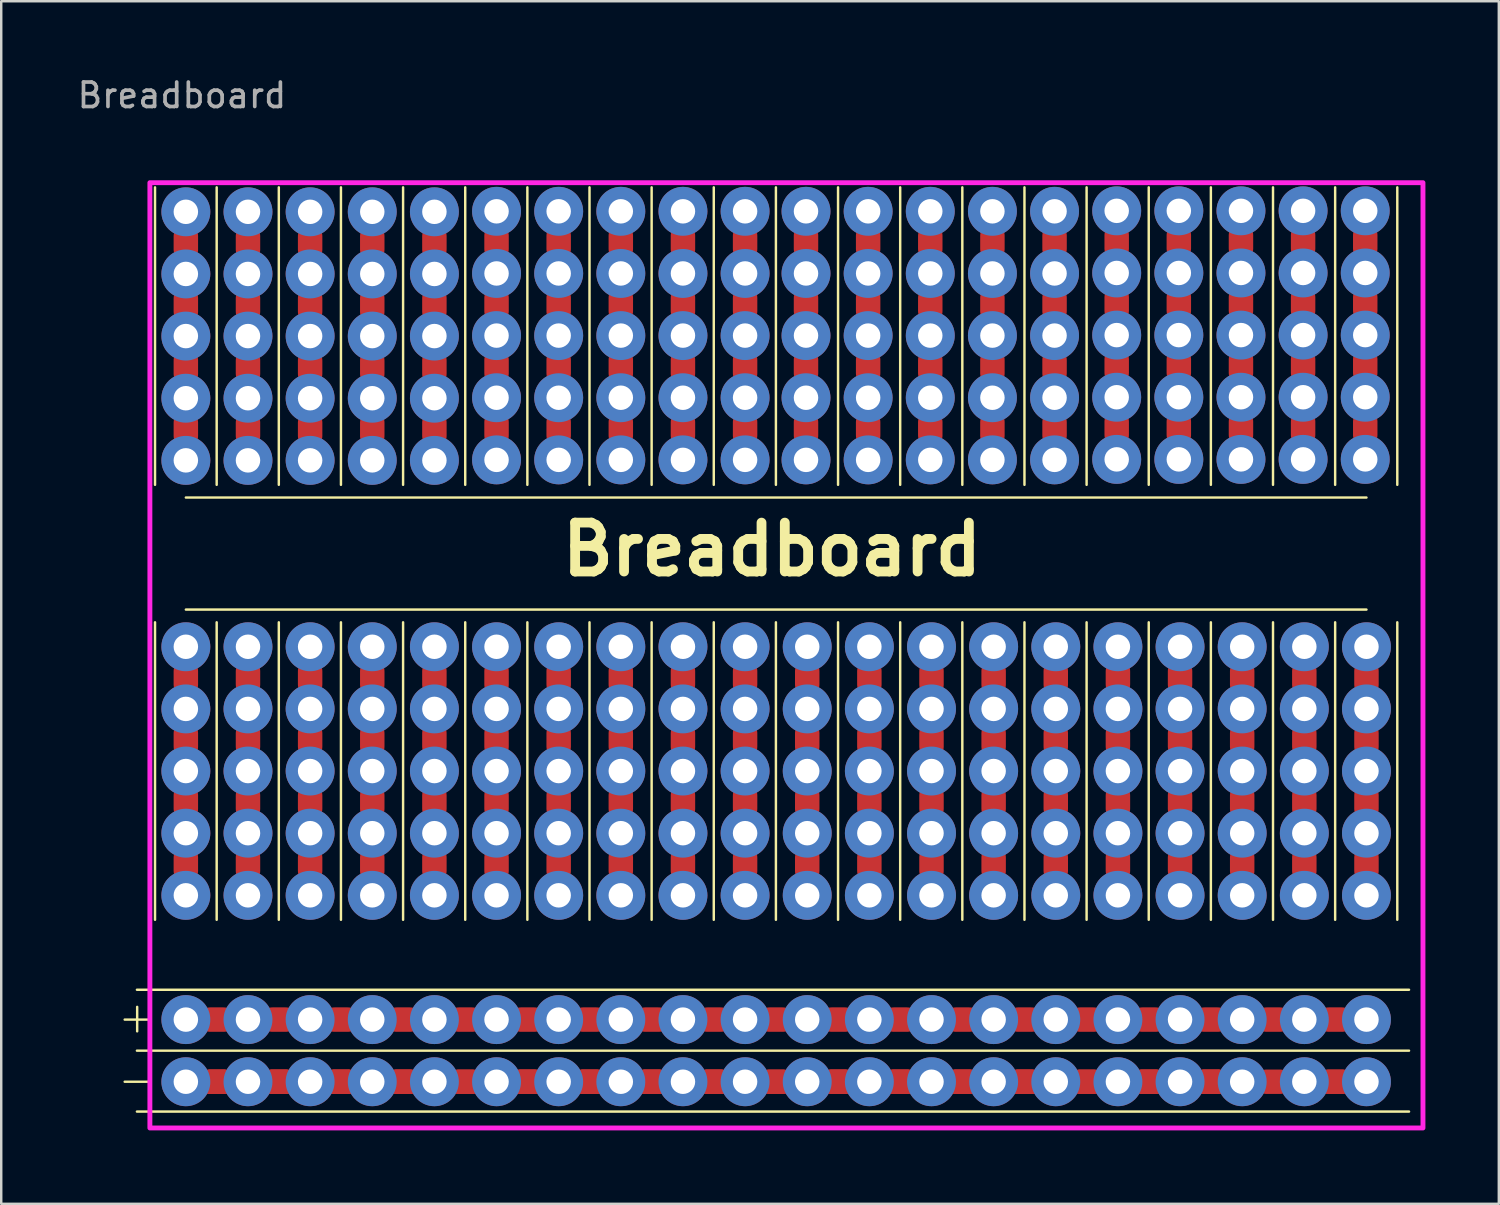
<source format=kicad_pcb>
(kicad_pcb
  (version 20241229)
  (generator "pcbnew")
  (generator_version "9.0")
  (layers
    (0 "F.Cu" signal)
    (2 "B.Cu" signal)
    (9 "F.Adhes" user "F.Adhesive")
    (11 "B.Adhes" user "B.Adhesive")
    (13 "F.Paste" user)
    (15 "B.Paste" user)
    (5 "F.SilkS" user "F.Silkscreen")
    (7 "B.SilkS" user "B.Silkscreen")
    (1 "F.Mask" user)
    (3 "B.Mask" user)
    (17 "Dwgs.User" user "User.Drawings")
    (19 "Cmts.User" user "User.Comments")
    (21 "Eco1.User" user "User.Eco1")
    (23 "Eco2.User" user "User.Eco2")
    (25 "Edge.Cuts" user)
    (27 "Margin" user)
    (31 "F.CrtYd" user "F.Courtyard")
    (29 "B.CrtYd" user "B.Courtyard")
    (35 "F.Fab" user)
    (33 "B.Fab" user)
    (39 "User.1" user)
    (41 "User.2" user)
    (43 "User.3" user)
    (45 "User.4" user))
  (footprint "Breadboard"
    (layer "F.Cu")
    (at 4.547 10.688)
    (property "Reference" "Breadboard" (at 23.96 8.72 0) (unlocked yes) (layer "F.SilkS") (effects (font (size 2 2) (thickness 0.4) (bold yes))))
    (attr through_hole)
    (fp_line (start 0 -4.08) (end 0 -3.54) (stroke (width 1) (type solid)) (layer "F.Cu"))
    (fp_line (start 0 -1.54) (end 0 -1) (stroke (width 1) (type solid)) (layer "F.Cu"))
    (fp_line (start 0 1) (end 0 1.54) (stroke (width 1) (type solid)) (layer "F.Cu"))
    (fp_line (start 0 3.54) (end 0 4.08) (stroke (width 1) (type solid)) (layer "F.Cu"))
    (fp_line (start 0 13.7) (end 0 14.24) (stroke (width 1) (type solid)) (layer "F.Cu"))
    (fp_line (start 0 16.24) (end 0 16.78) (stroke (width 1) (type solid)) (layer "F.Cu"))
    (fp_line (start 0 18.78) (end 0 19.32) (stroke (width 1) (type solid)) (layer "F.Cu"))
    (fp_line (start 0 21.32) (end 0 21.86) (stroke (width 1) (type solid)) (layer "F.Cu"))
    (fp_line (start 1 27.94) (end 1.54 27.94) (stroke (width 1) (type solid)) (layer "F.Cu"))
    (fp_line (start 1 30.48) (end 1.54 30.48) (stroke (width 1) (type solid)) (layer "F.Cu"))
    (fp_line (start 1 30.48) (end 1.54 30.48) (stroke (width 1) (type solid)) (layer "F.Cu"))
    (fp_line (start 1 30.48) (end 1.54 30.48) (stroke (width 1) (type solid)) (layer "F.Cu"))
    (fp_line (start 2.54 -4.08) (end 2.54 -3.54) (stroke (width 1) (type solid)) (layer "F.Cu"))
    (fp_line (start 2.54 -1.54) (end 2.54 -1) (stroke (width 1) (type solid)) (layer "F.Cu"))
    (fp_line (start 2.54 1) (end 2.54 1.54) (stroke (width 1) (type solid)) (layer "F.Cu"))
    (fp_line (start 2.54 3.54) (end 2.54 4.08) (stroke (width 1) (type solid)) (layer "F.Cu"))
    (fp_line (start 2.54 13.7) (end 2.54 14.24) (stroke (width 1) (type solid)) (layer "F.Cu"))
    (fp_line (start 2.54 16.24) (end 2.54 16.78) (stroke (width 1) (type solid)) (layer "F.Cu"))
    (fp_line (start 2.54 18.78) (end 2.54 19.32) (stroke (width 1) (type solid)) (layer "F.Cu"))
    (fp_line (start 2.54 21.32) (end 2.54 21.86) (stroke (width 1) (type solid)) (layer "F.Cu"))
    (fp_line (start 3.54 27.94) (end 4.08 27.94) (stroke (width 1) (type solid)) (layer "F.Cu"))
    (fp_line (start 3.54 30.48) (end 4.08 30.48) (stroke (width 1) (type solid)) (layer "F.Cu"))
    (fp_line (start 3.54 30.48) (end 4.08 30.48) (stroke (width 1) (type solid)) (layer "F.Cu"))
    (fp_line (start 3.54 30.48) (end 4.08 30.48) (stroke (width 1) (type solid)) (layer "F.Cu"))
    (fp_line (start 5.08 -4.08) (end 5.08 -3.54) (stroke (width 1) (type solid)) (layer "F.Cu"))
    (fp_line (start 5.08 -1.54) (end 5.08 -1) (stroke (width 1) (type solid)) (layer "F.Cu"))
    (fp_line (start 5.08 1) (end 5.08 1.54) (stroke (width 1) (type solid)) (layer "F.Cu"))
    (fp_line (start 5.08 3.54) (end 5.08 4.08) (stroke (width 1) (type solid)) (layer "F.Cu"))
    (fp_line (start 5.08 13.7) (end 5.08 14.24) (stroke (width 1) (type solid)) (layer "F.Cu"))
    (fp_line (start 5.08 16.24) (end 5.08 16.78) (stroke (width 1) (type solid)) (layer "F.Cu"))
    (fp_line (start 5.08 18.78) (end 5.08 19.32) (stroke (width 1) (type solid)) (layer "F.Cu"))
    (fp_line (start 5.08 21.32) (end 5.08 21.86) (stroke (width 1) (type solid)) (layer "F.Cu"))
    (fp_line (start 6.08 27.94) (end 6.62 27.94) (stroke (width 1) (type solid)) (layer "F.Cu"))
    (fp_line (start 6.08 30.48) (end 6.62 30.48) (stroke (width 1) (type solid)) (layer "F.Cu"))
    (fp_line (start 6.08 30.48) (end 6.62 30.48) (stroke (width 1) (type solid)) (layer "F.Cu"))
    (fp_line (start 6.08 30.48) (end 6.62 30.48) (stroke (width 1) (type solid)) (layer "F.Cu"))
    (fp_line (start 7.62 -4.08) (end 7.62 -3.54) (stroke (width 1) (type solid)) (layer "F.Cu"))
    (fp_line (start 7.62 -1.54) (end 7.62 -1) (stroke (width 1) (type solid)) (layer "F.Cu"))
    (fp_line (start 7.62 1) (end 7.62 1.54) (stroke (width 1) (type solid)) (layer "F.Cu"))
    (fp_line (start 7.62 3.54) (end 7.62 4.08) (stroke (width 1) (type solid)) (layer "F.Cu"))
    (fp_line (start 7.62 13.7) (end 7.62 14.24) (stroke (width 1) (type solid)) (layer "F.Cu"))
    (fp_line (start 7.62 16.24) (end 7.62 16.78) (stroke (width 1) (type solid)) (layer "F.Cu"))
    (fp_line (start 7.62 18.78) (end 7.62 19.32) (stroke (width 1) (type solid)) (layer "F.Cu"))
    (fp_line (start 7.62 21.32) (end 7.62 21.86) (stroke (width 1) (type solid)) (layer "F.Cu"))
    (fp_line (start 8.62 27.94) (end 9.16 27.94) (stroke (width 1) (type solid)) (layer "F.Cu"))
    (fp_line (start 8.62 30.48) (end 9.16 30.48) (stroke (width 1) (type solid)) (layer "F.Cu"))
    (fp_line (start 8.62 30.48) (end 9.16 30.48) (stroke (width 1) (type solid)) (layer "F.Cu"))
    (fp_line (start 8.62 30.48) (end 9.16 30.48) (stroke (width 1) (type solid)) (layer "F.Cu"))
    (fp_line (start 10.16 -4.08) (end 10.16 -3.54) (stroke (width 1) (type solid)) (layer "F.Cu"))
    (fp_line (start 10.16 -1.54) (end 10.16 -1) (stroke (width 1) (type solid)) (layer "F.Cu"))
    (fp_line (start 10.16 1) (end 10.16 1.54) (stroke (width 1) (type solid)) (layer "F.Cu"))
    (fp_line (start 10.16 3.54) (end 10.16 4.08) (stroke (width 1) (type solid)) (layer "F.Cu"))
    (fp_line (start 10.16 13.7) (end 10.16 14.24) (stroke (width 1) (type solid)) (layer "F.Cu"))
    (fp_line (start 10.16 16.24) (end 10.16 16.78) (stroke (width 1) (type solid)) (layer "F.Cu"))
    (fp_line (start 10.16 18.78) (end 10.16 19.32) (stroke (width 1) (type solid)) (layer "F.Cu"))
    (fp_line (start 10.16 21.32) (end 10.16 21.86) (stroke (width 1) (type solid)) (layer "F.Cu"))
    (fp_line (start 11.16 27.94) (end 11.7 27.94) (stroke (width 1) (type solid)) (layer "F.Cu"))
    (fp_line (start 11.16 30.48) (end 11.7 30.48) (stroke (width 1) (type solid)) (layer "F.Cu"))
    (fp_line (start 11.16 30.48) (end 11.7 30.48) (stroke (width 1) (type solid)) (layer "F.Cu"))
    (fp_line (start 12.7 -4.1) (end 12.7 -3.56) (stroke (width 1) (type solid)) (layer "F.Cu"))
    (fp_line (start 12.7 -1.56) (end 12.7 -1.02) (stroke (width 1) (type solid)) (layer "F.Cu"))
    (fp_line (start 12.7 0.98) (end 12.7 1.52) (stroke (width 1) (type solid)) (layer "F.Cu"))
    (fp_line (start 12.7 3.52) (end 12.7 4.06) (stroke (width 1) (type solid)) (layer "F.Cu"))
    (fp_line (start 12.7 13.7) (end 12.7 14.24) (stroke (width 1) (type solid)) (layer "F.Cu"))
    (fp_line (start 12.7 16.24) (end 12.7 16.78) (stroke (width 1) (type solid)) (layer "F.Cu"))
    (fp_line (start 12.7 18.78) (end 12.7 19.32) (stroke (width 1) (type solid)) (layer "F.Cu"))
    (fp_line (start 12.7 21.32) (end 12.7 21.86) (stroke (width 1) (type solid)) (layer "F.Cu"))
    (fp_line (start 13.7 27.94) (end 14.24 27.94) (stroke (width 1) (type solid)) (layer "F.Cu"))
    (fp_line (start 13.7 30.48) (end 14.24 30.48) (stroke (width 1) (type solid)) (layer "F.Cu"))
    (fp_line (start 13.7 30.48) (end 14.24 30.48) (stroke (width 1) (type solid)) (layer "F.Cu"))
    (fp_line (start 13.7 30.48) (end 14.24 30.48) (stroke (width 1) (type solid)) (layer "F.Cu"))
    (fp_line (start 15.24 -4.1) (end 15.24 -3.56) (stroke (width 1) (type solid)) (layer "F.Cu"))
    (fp_line (start 15.24 -1.56) (end 15.24 -1.02) (stroke (width 1) (type solid)) (layer "F.Cu"))
    (fp_line (start 15.24 0.98) (end 15.24 1.52) (stroke (width 1) (type solid)) (layer "F.Cu"))
    (fp_line (start 15.24 3.52) (end 15.24 4.06) (stroke (width 1) (type solid)) (layer "F.Cu"))
    (fp_line (start 15.24 13.7) (end 15.24 14.24) (stroke (width 1) (type solid)) (layer "F.Cu"))
    (fp_line (start 15.24 16.24) (end 15.24 16.78) (stroke (width 1) (type solid)) (layer "F.Cu"))
    (fp_line (start 15.24 18.78) (end 15.24 19.32) (stroke (width 1) (type solid)) (layer "F.Cu"))
    (fp_line (start 15.24 21.32) (end 15.24 21.86) (stroke (width 1) (type solid)) (layer "F.Cu"))
    (fp_line (start 16.24 27.94) (end 16.78 27.94) (stroke (width 1) (type solid)) (layer "F.Cu"))
    (fp_line (start 16.24 30.48) (end 16.78 30.48) (stroke (width 1) (type solid)) (layer "F.Cu"))
    (fp_line (start 16.24 30.48) (end 16.78 30.48) (stroke (width 1) (type solid)) (layer "F.Cu"))
    (fp_line (start 16.24 30.48) (end 16.78 30.48) (stroke (width 1) (type solid)) (layer "F.Cu"))
    (fp_line (start 17.78 -4.1) (end 17.78 -3.56) (stroke (width 1) (type solid)) (layer "F.Cu"))
    (fp_line (start 17.78 -1.56) (end 17.78 -1.02) (stroke (width 1) (type solid)) (layer "F.Cu"))
    (fp_line (start 17.78 0.98) (end 17.78 1.52) (stroke (width 1) (type solid)) (layer "F.Cu"))
    (fp_line (start 17.78 3.52) (end 17.78 4.06) (stroke (width 1) (type solid)) (layer "F.Cu"))
    (fp_line (start 17.78 13.7) (end 17.78 14.24) (stroke (width 1) (type solid)) (layer "F.Cu"))
    (fp_line (start 17.78 16.24) (end 17.78 16.78) (stroke (width 1) (type solid)) (layer "F.Cu"))
    (fp_line (start 17.78 18.78) (end 17.78 19.32) (stroke (width 1) (type solid)) (layer "F.Cu"))
    (fp_line (start 17.78 21.32) (end 17.78 21.86) (stroke (width 1) (type solid)) (layer "F.Cu"))
    (fp_line (start 18.78 27.94) (end 19.32 27.94) (stroke (width 1) (type solid)) (layer "F.Cu"))
    (fp_line (start 18.78 30.48) (end 19.32 30.48) (stroke (width 1) (type solid)) (layer "F.Cu"))
    (fp_line (start 18.78 30.48) (end 19.32 30.48) (stroke (width 1) (type solid)) (layer "F.Cu"))
    (fp_line (start 18.78 30.48) (end 19.32 30.48) (stroke (width 1) (type solid)) (layer "F.Cu"))
    (fp_line (start 20.32 -4.1) (end 20.32 -3.56) (stroke (width 1) (type solid)) (layer "F.Cu"))
    (fp_line (start 20.32 -1.56) (end 20.32 -1.02) (stroke (width 1) (type solid)) (layer "F.Cu"))
    (fp_line (start 20.32 0.98) (end 20.32 1.52) (stroke (width 1) (type solid)) (layer "F.Cu"))
    (fp_line (start 20.32 3.52) (end 20.32 4.06) (stroke (width 1) (type solid)) (layer "F.Cu"))
    (fp_line (start 20.32 13.7) (end 20.32 14.24) (stroke (width 1) (type solid)) (layer "F.Cu"))
    (fp_line (start 20.32 16.24) (end 20.32 16.78) (stroke (width 1) (type solid)) (layer "F.Cu"))
    (fp_line (start 20.32 18.78) (end 20.32 19.32) (stroke (width 1) (type solid)) (layer "F.Cu"))
    (fp_line (start 20.32 21.32) (end 20.32 21.86) (stroke (width 1) (type solid)) (layer "F.Cu"))
    (fp_line (start 21.32 27.94) (end 21.86 27.94) (stroke (width 1) (type solid)) (layer "F.Cu"))
    (fp_line (start 21.32 30.48) (end 21.86 30.48) (stroke (width 1) (type solid)) (layer "F.Cu"))
    (fp_line (start 21.32 30.48) (end 21.86 30.48) (stroke (width 1) (type solid)) (layer "F.Cu"))
    (fp_line (start 21.32 30.48) (end 21.86 30.48) (stroke (width 1) (type solid)) (layer "F.Cu"))
    (fp_line (start 22.86 -4.1) (end 22.86 -3.56) (stroke (width 1) (type solid)) (layer "F.Cu"))
    (fp_line (start 22.86 -1.56) (end 22.86 -1.02) (stroke (width 1) (type solid)) (layer "F.Cu"))
    (fp_line (start 22.86 0.98) (end 22.86 1.52) (stroke (width 1) (type solid)) (layer "F.Cu"))
    (fp_line (start 22.86 3.52) (end 22.86 4.06) (stroke (width 1) (type solid)) (layer "F.Cu"))
    (fp_line (start 22.86 13.7) (end 22.86 14.24) (stroke (width 1) (type solid)) (layer "F.Cu"))
    (fp_line (start 22.86 16.24) (end 22.86 16.78) (stroke (width 1) (type solid)) (layer "F.Cu"))
    (fp_line (start 22.86 18.78) (end 22.86 19.32) (stroke (width 1) (type solid)) (layer "F.Cu"))
    (fp_line (start 22.86 21.32) (end 22.86 21.86) (stroke (width 1) (type solid)) (layer "F.Cu"))
    (fp_line (start 24.4 27.94) (end 23.86 27.94) (stroke (width 1) (type solid)) (layer "F.Cu"))
    (fp_line (start 24.4 30.48) (end 23.86 30.48) (stroke (width 1) (type solid)) (layer "F.Cu"))
    (fp_line (start 24.4 30.48) (end 23.86 30.48) (stroke (width 1) (type solid)) (layer "F.Cu"))
    (fp_line (start 25.35 -4.1) (end 25.35 -3.56) (stroke (width 1) (type solid)) (layer "F.Cu"))
    (fp_line (start 25.35 -1.56) (end 25.35 -1.02) (stroke (width 1) (type solid)) (layer "F.Cu"))
    (fp_line (start 25.35 0.98) (end 25.35 1.52) (stroke (width 1) (type solid)) (layer "F.Cu"))
    (fp_line (start 25.35 3.52) (end 25.35 4.06) (stroke (width 1) (type solid)) (layer "F.Cu"))
    (fp_line (start 25.4 13.7) (end 25.4 14.24) (stroke (width 1) (type solid)) (layer "F.Cu"))
    (fp_line (start 25.4 16.24) (end 25.4 16.78) (stroke (width 1) (type solid)) (layer "F.Cu"))
    (fp_line (start 25.4 18.78) (end 25.4 19.32) (stroke (width 1) (type solid)) (layer "F.Cu"))
    (fp_line (start 25.4 21.32) (end 25.4 21.86) (stroke (width 1) (type solid)) (layer "F.Cu"))
    (fp_line (start 26.4 27.94) (end 26.94 27.94) (stroke (width 1) (type solid)) (layer "F.Cu"))
    (fp_line (start 26.4 30.48) (end 26.94 30.48) (stroke (width 1) (type solid)) (layer "F.Cu"))
    (fp_line (start 26.4 30.48) (end 26.94 30.48) (stroke (width 1) (type solid)) (layer "F.Cu"))
    (fp_line (start 26.4 30.48) (end 26.94 30.48) (stroke (width 1) (type solid)) (layer "F.Cu"))
    (fp_line (start 27.89 -4.1) (end 27.89 -3.56) (stroke (width 1) (type solid)) (layer "F.Cu"))
    (fp_line (start 27.89 -1.56) (end 27.89 -1.02) (stroke (width 1) (type solid)) (layer "F.Cu"))
    (fp_line (start 27.89 0.98) (end 27.89 1.52) (stroke (width 1) (type solid)) (layer "F.Cu"))
    (fp_line (start 27.89 3.52) (end 27.89 4.06) (stroke (width 1) (type solid)) (layer "F.Cu"))
    (fp_line (start 27.94 13.7) (end 27.94 14.24) (stroke (width 1) (type solid)) (layer "F.Cu"))
    (fp_line (start 27.94 16.24) (end 27.94 16.78) (stroke (width 1) (type solid)) (layer "F.Cu"))
    (fp_line (start 27.94 18.78) (end 27.94 19.32) (stroke (width 1) (type solid)) (layer "F.Cu"))
    (fp_line (start 27.94 21.32) (end 27.94 21.86) (stroke (width 1) (type solid)) (layer "F.Cu"))
    (fp_line (start 28.94 27.94) (end 29.48 27.94) (stroke (width 1) (type solid)) (layer "F.Cu"))
    (fp_line (start 28.94 30.48) (end 29.48 30.48) (stroke (width 1) (type solid)) (layer "F.Cu"))
    (fp_line (start 28.94 30.48) (end 29.48 30.48) (stroke (width 1) (type solid)) (layer "F.Cu"))
    (fp_line (start 28.94 30.48) (end 29.48 30.48) (stroke (width 1) (type solid)) (layer "F.Cu"))
    (fp_line (start 30.43 -4.1) (end 30.43 -3.56) (stroke (width 1) (type solid)) (layer "F.Cu"))
    (fp_line (start 30.43 -1.56) (end 30.43 -1.02) (stroke (width 1) (type solid)) (layer "F.Cu"))
    (fp_line (start 30.43 0.98) (end 30.43 1.52) (stroke (width 1) (type solid)) (layer "F.Cu"))
    (fp_line (start 30.43 3.52) (end 30.43 4.06) (stroke (width 1) (type solid)) (layer "F.Cu"))
    (fp_line (start 30.48 13.7) (end 30.48 14.24) (stroke (width 1) (type solid)) (layer "F.Cu"))
    (fp_line (start 30.48 16.24) (end 30.48 16.78) (stroke (width 1) (type solid)) (layer "F.Cu"))
    (fp_line (start 30.48 18.78) (end 30.48 19.32) (stroke (width 1) (type solid)) (layer "F.Cu"))
    (fp_line (start 30.48 21.32) (end 30.48 21.86) (stroke (width 1) (type solid)) (layer "F.Cu"))
    (fp_line (start 31.48 27.94) (end 32.02 27.94) (stroke (width 1) (type solid)) (layer "F.Cu"))
    (fp_line (start 31.48 30.48) (end 32.02 30.48) (stroke (width 1) (type solid)) (layer "F.Cu"))
    (fp_line (start 31.48 30.48) (end 32.02 30.48) (stroke (width 1) (type solid)) (layer "F.Cu"))
    (fp_line (start 31.48 30.48) (end 32.02 30.48) (stroke (width 1) (type solid)) (layer "F.Cu"))
    (fp_line (start 32.97 -4.1) (end 32.97 -3.56) (stroke (width 1) (type solid)) (layer "F.Cu"))
    (fp_line (start 32.97 -1.56) (end 32.97 -1.02) (stroke (width 1) (type solid)) (layer "F.Cu"))
    (fp_line (start 32.97 0.98) (end 32.97 1.52) (stroke (width 1) (type solid)) (layer "F.Cu"))
    (fp_line (start 32.97 3.52) (end 32.97 4.06) (stroke (width 1) (type solid)) (layer "F.Cu"))
    (fp_line (start 33.02 13.7) (end 33.02 14.24) (stroke (width 1) (type solid)) (layer "F.Cu"))
    (fp_line (start 33.02 16.24) (end 33.02 16.78) (stroke (width 1) (type solid)) (layer "F.Cu"))
    (fp_line (start 33.02 18.78) (end 33.02 19.32) (stroke (width 1) (type solid)) (layer "F.Cu"))
    (fp_line (start 33.02 21.32) (end 33.02 21.86) (stroke (width 1) (type solid)) (layer "F.Cu"))
    (fp_line (start 34.02 27.94) (end 34.56 27.94) (stroke (width 1) (type solid)) (layer "F.Cu"))
    (fp_line (start 34.02 30.48) (end 34.56 30.48) (stroke (width 1) (type solid)) (layer "F.Cu"))
    (fp_line (start 34.02 30.48) (end 34.56 30.48) (stroke (width 1) (type solid)) (layer "F.Cu"))
    (fp_line (start 34.02 30.48) (end 34.56 30.48) (stroke (width 1) (type solid)) (layer "F.Cu"))
    (fp_line (start 35.51 -4.1) (end 35.51 -3.56) (stroke (width 1) (type solid)) (layer "F.Cu"))
    (fp_line (start 35.51 -1.56) (end 35.51 -1.02) (stroke (width 1) (type solid)) (layer "F.Cu"))
    (fp_line (start 35.51 0.98) (end 35.51 1.52) (stroke (width 1) (type solid)) (layer "F.Cu"))
    (fp_line (start 35.51 3.52) (end 35.51 4.06) (stroke (width 1) (type solid)) (layer "F.Cu"))
    (fp_line (start 35.56 13.7) (end 35.56 14.24) (stroke (width 1) (type solid)) (layer "F.Cu"))
    (fp_line (start 35.56 16.24) (end 35.56 16.78) (stroke (width 1) (type solid)) (layer "F.Cu"))
    (fp_line (start 35.56 18.78) (end 35.56 19.32) (stroke (width 1) (type solid)) (layer "F.Cu"))
    (fp_line (start 35.56 21.32) (end 35.56 21.86) (stroke (width 1) (type solid)) (layer "F.Cu"))
    (fp_line (start 36.56 27.94) (end 37.1 27.94) (stroke (width 1) (type solid)) (layer "F.Cu"))
    (fp_line (start 36.56 30.48) (end 37.1 30.48) (stroke (width 1) (type solid)) (layer "F.Cu"))
    (fp_line (start 36.56 30.48) (end 37.1 30.48) (stroke (width 1) (type solid)) (layer "F.Cu"))
    (fp_line (start 38.05 -4.12) (end 38.05 -3.58) (stroke (width 1) (type solid)) (layer "F.Cu"))
    (fp_line (start 38.05 -1.58) (end 38.05 -1.04) (stroke (width 1) (type solid)) (layer "F.Cu"))
    (fp_line (start 38.05 0.96) (end 38.05 1.5) (stroke (width 1) (type solid)) (layer "F.Cu"))
    (fp_line (start 38.05 3.5) (end 38.05 4.04) (stroke (width 1) (type solid)) (layer "F.Cu"))
    (fp_line (start 38.1 13.7) (end 38.1 14.24) (stroke (width 1) (type solid)) (layer "F.Cu"))
    (fp_line (start 38.1 16.24) (end 38.1 16.78) (stroke (width 1) (type solid)) (layer "F.Cu"))
    (fp_line (start 38.1 18.78) (end 38.1 19.32) (stroke (width 1) (type solid)) (layer "F.Cu"))
    (fp_line (start 38.1 21.32) (end 38.1 21.86) (stroke (width 1) (type solid)) (layer "F.Cu"))
    (fp_line (start 39.1 27.94) (end 39.64 27.94) (stroke (width 1) (type solid)) (layer "F.Cu"))
    (fp_line (start 39.1 30.48) (end 39.64 30.48) (stroke (width 1) (type solid)) (layer "F.Cu"))
    (fp_line (start 39.1 30.48) (end 39.64 30.48) (stroke (width 1) (type solid)) (layer "F.Cu"))
    (fp_line (start 39.1 30.48) (end 39.64 30.48) (stroke (width 1) (type solid)) (layer "F.Cu"))
    (fp_line (start 40.59 -4.12) (end 40.59 -3.58) (stroke (width 1) (type solid)) (layer "F.Cu"))
    (fp_line (start 40.59 -1.58) (end 40.59 -1.04) (stroke (width 1) (type solid)) (layer "F.Cu"))
    (fp_line (start 40.59 0.96) (end 40.59 1.5) (stroke (width 1) (type solid)) (layer "F.Cu"))
    (fp_line (start 40.59 3.5) (end 40.59 4.04) (stroke (width 1) (type solid)) (layer "F.Cu"))
    (fp_line (start 40.64 13.7) (end 40.64 14.24) (stroke (width 1) (type solid)) (layer "F.Cu"))
    (fp_line (start 40.64 16.24) (end 40.64 16.78) (stroke (width 1) (type solid)) (layer "F.Cu"))
    (fp_line (start 40.64 18.78) (end 40.64 19.32) (stroke (width 1) (type solid)) (layer "F.Cu"))
    (fp_line (start 40.64 21.32) (end 40.64 21.86) (stroke (width 1) (type solid)) (layer "F.Cu"))
    (fp_line (start 41.64 27.94) (end 42.18 27.94) (stroke (width 1) (type solid)) (layer "F.Cu"))
    (fp_line (start 41.64 30.48) (end 42.18 30.48) (stroke (width 1) (type solid)) (layer "F.Cu"))
    (fp_line (start 41.64 30.48) (end 42.18 30.48) (stroke (width 1) (type solid)) (layer "F.Cu"))
    (fp_line (start 41.64 30.48) (end 42.18 30.48) (stroke (width 1) (type solid)) (layer "F.Cu"))
    (fp_line (start 43.13 -4.12) (end 43.13 -3.58) (stroke (width 1) (type solid)) (layer "F.Cu"))
    (fp_line (start 43.13 -1.58) (end 43.13 -1.04) (stroke (width 1) (type solid)) (layer "F.Cu"))
    (fp_line (start 43.13 0.96) (end 43.13 1.5) (stroke (width 1) (type solid)) (layer "F.Cu"))
    (fp_line (start 43.13 3.5) (end 43.13 4.04) (stroke (width 1) (type solid)) (layer "F.Cu"))
    (fp_line (start 43.18 13.7) (end 43.18 14.24) (stroke (width 1) (type solid)) (layer "F.Cu"))
    (fp_line (start 43.18 16.24) (end 43.18 16.78) (stroke (width 1) (type solid)) (layer "F.Cu"))
    (fp_line (start 43.18 18.78) (end 43.18 19.32) (stroke (width 1) (type solid)) (layer "F.Cu"))
    (fp_line (start 43.18 21.32) (end 43.18 21.86) (stroke (width 1) (type solid)) (layer "F.Cu"))
    (fp_line (start 44.18 27.94) (end 44.72 27.94) (stroke (width 1) (type solid)) (layer "F.Cu"))
    (fp_line (start 44.18 30.48) (end 44.72 30.48) (stroke (width 1) (type solid)) (layer "F.Cu"))
    (fp_line (start 45.67 -4.12) (end 45.67 -3.58) (stroke (width 1) (type solid)) (layer "F.Cu"))
    (fp_line (start 45.67 -1.58) (end 45.67 -1.04) (stroke (width 1) (type solid)) (layer "F.Cu"))
    (fp_line (start 45.67 0.96) (end 45.67 1.5) (stroke (width 1) (type solid)) (layer "F.Cu"))
    (fp_line (start 45.67 3.5) (end 45.67 4.04) (stroke (width 1) (type solid)) (layer "F.Cu"))
    (fp_line (start 45.72 13.7) (end 45.72 14.24) (stroke (width 1) (type solid)) (layer "F.Cu"))
    (fp_line (start 45.72 16.24) (end 45.72 16.78) (stroke (width 1) (type solid)) (layer "F.Cu"))
    (fp_line (start 45.72 18.78) (end 45.72 19.32) (stroke (width 1) (type solid)) (layer "F.Cu"))
    (fp_line (start 45.72 21.32) (end 45.72 21.86) (stroke (width 1) (type solid)) (layer "F.Cu"))
    (fp_line (start 46.72 27.94) (end 47.26 27.94) (stroke (width 1) (type solid)) (layer "F.Cu"))
    (fp_line (start 46.72 30.48) (end 47.26 30.48) (stroke (width 1) (type solid)) (layer "F.Cu"))
    (fp_line (start 46.72 30.48) (end 47.26 30.48) (stroke (width 1) (type solid)) (layer "F.Cu"))
    (fp_line (start 48.21 -4.12) (end 48.21 -3.58) (stroke (width 1) (type solid)) (layer "F.Cu"))
    (fp_line (start 48.21 -1.58) (end 48.21 -1.04) (stroke (width 1) (type solid)) (layer "F.Cu"))
    (fp_line (start 48.21 0.96) (end 48.21 1.5) (stroke (width 1) (type solid)) (layer "F.Cu"))
    (fp_line (start 48.21 3.5) (end 48.21 4.04) (stroke (width 1) (type solid)) (layer "F.Cu"))
    (fp_line (start 48.26 13.7) (end 48.26 14.24) (stroke (width 1) (type solid)) (layer "F.Cu"))
    (fp_line (start 48.26 16.24) (end 48.26 16.78) (stroke (width 1) (type solid)) (layer "F.Cu"))
    (fp_line (start 48.26 18.78) (end 48.26 19.32) (stroke (width 1) (type solid)) (layer "F.Cu"))
    (fp_line (start 48.26 21.32) (end 48.26 21.86) (stroke (width 1) (type solid)) (layer "F.Cu"))
    (fp_line (start -2.5 27.94) (end -1.5 27.94) (stroke (width 0.1) (type default)) (layer "F.SilkS"))
    (fp_line (start -2.5 30.48) (end -1.5 30.48) (stroke (width 0.1) (type default)) (layer "F.SilkS"))
    (fp_line (start -2 26.72) (end 50 26.72) (stroke (width 0.1) (type default)) (layer "F.SilkS"))
    (fp_line (start -2 29.21) (end 50 29.21) (stroke (width 0.1) (type solid)) (layer "F.SilkS"))
    (fp_line (start -2 31.7) (end 50 31.7) (stroke (width 0.1) (type default)) (layer "F.SilkS"))
    (fp_line (start -1.99 27.42) (end -1.99 28.42) (stroke (width 0.1) (type default)) (layer "F.SilkS"))
    (fp_line (start -1.26 6.08) (end -1.26 -6.08) (stroke (width 0.1) (type default)) (layer "F.SilkS"))
    (fp_line (start -1.26 23.86) (end -1.26 11.7) (stroke (width 0.1) (type default)) (layer "F.SilkS"))
    (fp_line (start 0 6.6) (end 48.26 6.6) (stroke (width 0.1) (type solid)) (layer "F.SilkS"))
    (fp_line (start 0 11.18) (end 48.26 11.18) (stroke (width 0.1) (type solid)) (layer "F.SilkS"))
    (fp_line (start 1.26 6.08) (end 1.26 -6.08) (stroke (width 0.1) (type default)) (layer "F.SilkS"))
    (fp_line (start 1.26 23.86) (end 1.26 11.7) (stroke (width 0.1) (type default)) (layer "F.SilkS"))
    (fp_line (start 3.8 6.08) (end 3.8 -6.08) (stroke (width 0.1) (type default)) (layer "F.SilkS"))
    (fp_line (start 3.8 23.86) (end 3.8 11.7) (stroke (width 0.1) (type default)) (layer "F.SilkS"))
    (fp_line (start 6.34 6.08) (end 6.34 -6.08) (stroke (width 0.1) (type default)) (layer "F.SilkS"))
    (fp_line (start 6.34 23.86) (end 6.34 11.7) (stroke (width 0.1) (type default)) (layer "F.SilkS"))
    (fp_line (start 8.88 6.08) (end 8.88 -6.08) (stroke (width 0.1) (type default)) (layer "F.SilkS"))
    (fp_line (start 8.88 23.86) (end 8.88 11.7) (stroke (width 0.1) (type default)) (layer "F.SilkS"))
    (fp_line (start 11.42 6.08) (end 11.42 -6.08) (stroke (width 0.1) (type default)) (layer "F.SilkS"))
    (fp_line (start 11.42 23.86) (end 11.42 11.7) (stroke (width 0.1) (type default)) (layer "F.SilkS"))
    (fp_line (start 13.96 6.08) (end 13.96 -6.08) (stroke (width 0.1) (type default)) (layer "F.SilkS"))
    (fp_line (start 13.96 23.86) (end 13.96 11.7) (stroke (width 0.1) (type default)) (layer "F.SilkS"))
    (fp_line (start 16.5 6.08) (end 16.5 -6.08) (stroke (width 0.1) (type default)) (layer "F.SilkS"))
    (fp_line (start 16.5 23.86) (end 16.5 11.7) (stroke (width 0.1) (type default)) (layer "F.SilkS"))
    (fp_line (start 19.04 6.08) (end 19.04 -6.08) (stroke (width 0.1) (type default)) (layer "F.SilkS"))
    (fp_line (start 19.04 23.86) (end 19.04 11.7) (stroke (width 0.1) (type default)) (layer "F.SilkS"))
    (fp_line (start 21.58 6.08) (end 21.58 -6.08) (stroke (width 0.1) (type default)) (layer "F.SilkS"))
    (fp_line (start 21.58 23.86) (end 21.58 11.7) (stroke (width 0.1) (type default)) (layer "F.SilkS"))
    (fp_line (start 24.12 6.08) (end 24.12 -6.08) (stroke (width 0.1) (type default)) (layer "F.SilkS"))
    (fp_line (start 24.12 23.86) (end 24.12 11.7) (stroke (width 0.1) (type default)) (layer "F.SilkS"))
    (fp_line (start 26.66 6.08) (end 26.66 -6.08) (stroke (width 0.1) (type default)) (layer "F.SilkS"))
    (fp_line (start 26.66 23.86) (end 26.66 11.7) (stroke (width 0.1) (type default)) (layer "F.SilkS"))
    (fp_line (start 29.2 6.08) (end 29.2 -6.08) (stroke (width 0.1) (type default)) (layer "F.SilkS"))
    (fp_line (start 29.2 23.86) (end 29.2 11.7) (stroke (width 0.1) (type default)) (layer "F.SilkS"))
    (fp_line (start 31.74 6.08) (end 31.74 -6.08) (stroke (width 0.1) (type default)) (layer "F.SilkS"))
    (fp_line (start 31.74 23.86) (end 31.74 11.7) (stroke (width 0.1) (type default)) (layer "F.SilkS"))
    (fp_line (start 34.28 6.08) (end 34.28 -6.08) (stroke (width 0.1) (type default)) (layer "F.SilkS"))
    (fp_line (start 34.28 23.86) (end 34.28 11.7) (stroke (width 0.1) (type default)) (layer "F.SilkS"))
    (fp_line (start 36.82 6.08) (end 36.82 -6.08) (stroke (width 0.1) (type default)) (layer "F.SilkS"))
    (fp_line (start 36.82 23.86) (end 36.82 11.7) (stroke (width 0.1) (type default)) (layer "F.SilkS"))
    (fp_line (start 39.36 6.08) (end 39.36 -6.08) (stroke (width 0.1) (type default)) (layer "F.SilkS"))
    (fp_line (start 39.36 23.86) (end 39.36 11.7) (stroke (width 0.1) (type default)) (layer "F.SilkS"))
    (fp_line (start 41.9 6.08) (end 41.9 -6.08) (stroke (width 0.1) (type default)) (layer "F.SilkS"))
    (fp_line (start 41.9 23.86) (end 41.9 11.7) (stroke (width 0.1) (type default)) (layer "F.SilkS"))
    (fp_line (start 44.44 6.08) (end 44.44 -6.08) (stroke (width 0.1) (type default)) (layer "F.SilkS"))
    (fp_line (start 44.44 23.86) (end 44.44 11.7) (stroke (width 0.1) (type default)) (layer "F.SilkS"))
    (fp_line (start 46.98 6.08) (end 46.98 -6.08) (stroke (width 0.1) (type default)) (layer "F.SilkS"))
    (fp_line (start 46.98 23.86) (end 46.98 11.7) (stroke (width 0.1) (type default)) (layer "F.SilkS"))
    (fp_line (start 49.52 6.08) (end 49.52 -6.08) (stroke (width 0.1) (type default)) (layer "F.SilkS"))
    (fp_line (start 49.52 23.86) (end 49.52 11.7) (stroke (width 0.1) (type default)) (layer "F.SilkS"))
    (fp_rect (start -1.47 -6.27) (end 50.57 32.37) (stroke (width 0.2) (type solid)) (fill no) (layer "F.CrtYd"))
    (fp_text user "${REFERENCE}" (at -0.16 -9.84 0) (unlocked yes) (layer "F.Fab") (effects (font (size 1 1) (thickness 0.15))))
    (pad "1" thru_hole circle (at 0 -5.08) (size 2 2) (drill 1) (layers "*.Cu" "*.Mask"))
    (pad "1" thru_hole circle (at 0 -2.54) (size 2 2) (drill 1) (layers "*.Cu" "*.Mask"))
    (pad "1" thru_hole circle (at 0 0) (size 2 2) (drill 1) (layers "*.Cu" "*.Mask"))
    (pad "1" thru_hole circle (at 0 2.54) (size 2 2) (drill 1) (layers "*.Cu" "*.Mask"))
    (pad "1" thru_hole circle (at 0 5.08) (size 2 2) (drill 1) (layers "*.Cu" "*.Mask"))
    (pad "1" thru_hole circle (at 0 12.7) (size 2 2) (drill 1) (layers "*.Cu" "*.Mask"))
    (pad "1" thru_hole circle (at 0 15.24) (size 2 2) (drill 1) (layers "*.Cu" "*.Mask"))
    (pad "1" thru_hole circle (at 0 17.78) (size 2 2) (drill 1) (layers "*.Cu" "*.Mask"))
    (pad "1" thru_hole circle (at 0 20.32) (size 2 2) (drill 1) (layers "*.Cu" "*.Mask"))
    (pad "1" thru_hole circle (at 0 22.86) (size 2 2) (drill 1) (layers "*.Cu" "*.Mask"))
    (pad "1" thru_hole circle (at 0 27.94 90) (size 2 2) (drill 1) (layers "*.Cu" "*.Mask"))
    (pad "1" thru_hole circle (at 0 30.48 90) (size 2 2) (drill 1) (layers "*.Cu" "*.Mask"))
    (pad "1" thru_hole circle (at 2.54 -5.08) (size 2 2) (drill 1) (layers "*.Cu" "*.Mask"))
    (pad "1" thru_hole circle (at 2.54 -2.54) (size 2 2) (drill 1) (layers "*.Cu" "*.Mask"))
    (pad "1" thru_hole circle (at 2.54 0) (size 2 2) (drill 1) (layers "*.Cu" "*.Mask"))
    (pad "1" thru_hole circle (at 2.54 2.54) (size 2 2) (drill 1) (layers "*.Cu" "*.Mask"))
    (pad "1" thru_hole circle (at 2.54 5.08) (size 2 2) (drill 1) (layers "*.Cu" "*.Mask"))
    (pad "1" thru_hole circle (at 2.54 12.7) (size 2 2) (drill 1) (layers "*.Cu" "*.Mask"))
    (pad "1" thru_hole circle (at 2.54 15.24) (size 2 2) (drill 1) (layers "*.Cu" "*.Mask"))
    (pad "1" thru_hole circle (at 2.54 17.78) (size 2 2) (drill 1) (layers "*.Cu" "*.Mask"))
    (pad "1" thru_hole circle (at 2.54 20.32) (size 2 2) (drill 1) (layers "*.Cu" "*.Mask"))
    (pad "1" thru_hole circle (at 2.54 22.86) (size 2 2) (drill 1) (layers "*.Cu" "*.Mask"))
    (pad "1" thru_hole circle (at 2.54 27.94 90) (size 2 2) (drill 1) (layers "*.Cu" "*.Mask"))
    (pad "1" thru_hole circle (at 2.54 30.48 90) (size 2 2) (drill 1) (layers "*.Cu" "*.Mask"))
    (pad "1" thru_hole circle (at 5.08 -5.08) (size 2 2) (drill 1) (layers "*.Cu" "*.Mask"))
    (pad "1" thru_hole circle (at 5.08 -2.54) (size 2 2) (drill 1) (layers "*.Cu" "*.Mask"))
    (pad "1" thru_hole circle (at 5.08 0) (size 2 2) (drill 1) (layers "*.Cu" "*.Mask"))
    (pad "1" thru_hole circle (at 5.08 2.54) (size 2 2) (drill 1) (layers "*.Cu" "*.Mask"))
    (pad "1" thru_hole circle (at 5.08 5.08) (size 2 2) (drill 1) (layers "*.Cu" "*.Mask"))
    (pad "1" thru_hole circle (at 5.08 12.7) (size 2 2) (drill 1) (layers "*.Cu" "*.Mask"))
    (pad "1" thru_hole circle (at 5.08 15.24) (size 2 2) (drill 1) (layers "*.Cu" "*.Mask"))
    (pad "1" thru_hole circle (at 5.08 17.78) (size 2 2) (drill 1) (layers "*.Cu" "*.Mask"))
    (pad "1" thru_hole circle (at 5.08 20.32) (size 2 2) (drill 1) (layers "*.Cu" "*.Mask"))
    (pad "1" thru_hole circle (at 5.08 22.86) (size 2 2) (drill 1) (layers "*.Cu" "*.Mask"))
    (pad "1" thru_hole circle (at 5.08 27.94 90) (size 2 2) (drill 1) (layers "*.Cu" "*.Mask"))
    (pad "1" thru_hole circle (at 5.08 30.48 90) (size 2 2) (drill 1) (layers "*.Cu" "*.Mask"))
    (pad "1" thru_hole circle (at 7.62 -5.08) (size 2 2) (drill 1) (layers "*.Cu" "*.Mask"))
    (pad "1" thru_hole circle (at 7.62 -2.54) (size 2 2) (drill 1) (layers "*.Cu" "*.Mask"))
    (pad "1" thru_hole circle (at 7.62 0) (size 2 2) (drill 1) (layers "*.Cu" "*.Mask"))
    (pad "1" thru_hole circle (at 7.62 2.54) (size 2 2) (drill 1) (layers "*.Cu" "*.Mask"))
    (pad "1" thru_hole circle (at 7.62 5.08) (size 2 2) (drill 1) (layers "*.Cu" "*.Mask"))
    (pad "1" thru_hole circle (at 7.62 12.7) (size 2 2) (drill 1) (layers "*.Cu" "*.Mask"))
    (pad "1" thru_hole circle (at 7.62 15.24) (size 2 2) (drill 1) (layers "*.Cu" "*.Mask"))
    (pad "1" thru_hole circle (at 7.62 17.78) (size 2 2) (drill 1) (layers "*.Cu" "*.Mask"))
    (pad "1" thru_hole circle (at 7.62 20.32) (size 2 2) (drill 1) (layers "*.Cu" "*.Mask"))
    (pad "1" thru_hole circle (at 7.62 22.86) (size 2 2) (drill 1) (layers "*.Cu" "*.Mask"))
    (pad "1" thru_hole circle (at 7.62 27.94 90) (size 2 2) (drill 1) (layers "*.Cu" "*.Mask"))
    (pad "1" thru_hole circle (at 7.62 30.48 90) (size 2 2) (drill 1) (layers "*.Cu" "*.Mask"))
    (pad "1" thru_hole circle (at 10.16 -5.08) (size 2 2) (drill 1) (layers "*.Cu" "*.Mask"))
    (pad "1" thru_hole circle (at 10.16 -2.54) (size 2 2) (drill 1) (layers "*.Cu" "*.Mask"))
    (pad "1" thru_hole circle (at 10.16 0) (size 2 2) (drill 1) (layers "*.Cu" "*.Mask"))
    (pad "1" thru_hole circle (at 10.16 2.54) (size 2 2) (drill 1) (layers "*.Cu" "*.Mask"))
    (pad "1" thru_hole circle (at 10.16 5.08) (size 2 2) (drill 1) (layers "*.Cu" "*.Mask"))
    (pad "1" thru_hole circle (at 10.16 12.7) (size 2 2) (drill 1) (layers "*.Cu" "*.Mask"))
    (pad "1" thru_hole circle (at 10.16 15.24) (size 2 2) (drill 1) (layers "*.Cu" "*.Mask"))
    (pad "1" thru_hole circle (at 10.16 17.78) (size 2 2) (drill 1) (layers "*.Cu" "*.Mask"))
    (pad "1" thru_hole circle (at 10.16 20.32) (size 2 2) (drill 1) (layers "*.Cu" "*.Mask"))
    (pad "1" thru_hole circle (at 10.16 22.86) (size 2 2) (drill 1) (layers "*.Cu" "*.Mask"))
    (pad "1" thru_hole circle (at 10.16 27.94 90) (size 2 2) (drill 1) (layers "*.Cu" "*.Mask"))
    (pad "1" thru_hole circle (at 10.16 30.48 90) (size 2 2) (drill 1) (layers "*.Cu" "*.Mask"))
    (pad "1" thru_hole circle (at 12.7 -5.1) (size 2 2) (drill 1) (layers "*.Cu" "*.Mask"))
    (pad "1" thru_hole circle (at 12.7 -2.56) (size 2 2) (drill 1) (layers "*.Cu" "*.Mask"))
    (pad "1" thru_hole circle (at 12.7 -0.02) (size 2 2) (drill 1) (layers "*.Cu" "*.Mask"))
    (pad "1" thru_hole circle (at 12.7 2.52) (size 2 2) (drill 1) (layers "*.Cu" "*.Mask"))
    (pad "1" thru_hole circle (at 12.7 5.06) (size 2 2) (drill 1) (layers "*.Cu" "*.Mask"))
    (pad "1" thru_hole circle (at 12.7 12.7) (size 2 2) (drill 1) (layers "*.Cu" "*.Mask"))
    (pad "1" thru_hole circle (at 12.7 15.24) (size 2 2) (drill 1) (layers "*.Cu" "*.Mask"))
    (pad "1" thru_hole circle (at 12.7 17.78) (size 2 2) (drill 1) (layers "*.Cu" "*.Mask"))
    (pad "1" thru_hole circle (at 12.7 20.32) (size 2 2) (drill 1) (layers "*.Cu" "*.Mask"))
    (pad "1" thru_hole circle (at 12.7 22.86) (size 2 2) (drill 1) (layers "*.Cu" "*.Mask"))
    (pad "1" thru_hole circle (at 12.7 27.94 90) (size 2 2) (drill 1) (layers "*.Cu" "*.Mask"))
    (pad "1" thru_hole circle (at 12.7 30.48 90) (size 2 2) (drill 1) (layers "*.Cu" "*.Mask"))
    (pad "1" thru_hole circle (at 15.24 -5.1) (size 2 2) (drill 1) (layers "*.Cu" "*.Mask"))
    (pad "1" thru_hole circle (at 15.24 -2.56) (size 2 2) (drill 1) (layers "*.Cu" "*.Mask"))
    (pad "1" thru_hole circle (at 15.24 -0.02) (size 2 2) (drill 1) (layers "*.Cu" "*.Mask"))
    (pad "1" thru_hole circle (at 15.24 2.52) (size 2 2) (drill 1) (layers "*.Cu" "*.Mask"))
    (pad "1" thru_hole circle (at 15.24 5.06) (size 2 2) (drill 1) (layers "*.Cu" "*.Mask"))
    (pad "1" thru_hole circle (at 15.24 12.7) (size 2 2) (drill 1) (layers "*.Cu" "*.Mask"))
    (pad "1" thru_hole circle (at 15.24 15.24) (size 2 2) (drill 1) (layers "*.Cu" "*.Mask"))
    (pad "1" thru_hole circle (at 15.24 17.78) (size 2 2) (drill 1) (layers "*.Cu" "*.Mask"))
    (pad "1" thru_hole circle (at 15.24 20.32) (size 2 2) (drill 1) (layers "*.Cu" "*.Mask"))
    (pad "1" thru_hole circle (at 15.24 22.86) (size 2 2) (drill 1) (layers "*.Cu" "*.Mask"))
    (pad "1" thru_hole circle (at 15.24 27.94 90) (size 2 2) (drill 1) (layers "*.Cu" "*.Mask"))
    (pad "1" thru_hole circle (at 15.24 30.48 90) (size 2 2) (drill 1) (layers "*.Cu" "*.Mask"))
    (pad "1" thru_hole circle (at 17.78 -5.1) (size 2 2) (drill 1) (layers "*.Cu" "*.Mask"))
    (pad "1" thru_hole circle (at 17.78 -2.56) (size 2 2) (drill 1) (layers "*.Cu" "*.Mask"))
    (pad "1" thru_hole circle (at 17.78 -0.02) (size 2 2) (drill 1) (layers "*.Cu" "*.Mask"))
    (pad "1" thru_hole circle (at 17.78 2.52) (size 2 2) (drill 1) (layers "*.Cu" "*.Mask"))
    (pad "1" thru_hole circle (at 17.78 5.06) (size 2 2) (drill 1) (layers "*.Cu" "*.Mask"))
    (pad "1" thru_hole circle (at 17.78 12.7) (size 2 2) (drill 1) (layers "*.Cu" "*.Mask"))
    (pad "1" thru_hole circle (at 17.78 15.24) (size 2 2) (drill 1) (layers "*.Cu" "*.Mask"))
    (pad "1" thru_hole circle (at 17.78 17.78) (size 2 2) (drill 1) (layers "*.Cu" "*.Mask"))
    (pad "1" thru_hole circle (at 17.78 20.32) (size 2 2) (drill 1) (layers "*.Cu" "*.Mask"))
    (pad "1" thru_hole circle (at 17.78 22.86) (size 2 2) (drill 1) (layers "*.Cu" "*.Mask"))
    (pad "1" thru_hole circle (at 17.78 27.94 90) (size 2 2) (drill 1) (layers "*.Cu" "*.Mask"))
    (pad "1" thru_hole circle (at 17.78 30.48 90) (size 2 2) (drill 1) (layers "*.Cu" "*.Mask"))
    (pad "1" thru_hole circle (at 20.32 -5.1) (size 2 2) (drill 1) (layers "*.Cu" "*.Mask"))
    (pad "1" thru_hole circle (at 20.32 -2.56) (size 2 2) (drill 1) (layers "*.Cu" "*.Mask"))
    (pad "1" thru_hole circle (at 20.32 -0.02) (size 2 2) (drill 1) (layers "*.Cu" "*.Mask"))
    (pad "1" thru_hole circle (at 20.32 2.52) (size 2 2) (drill 1) (layers "*.Cu" "*.Mask"))
    (pad "1" thru_hole circle (at 20.32 5.06) (size 2 2) (drill 1) (layers "*.Cu" "*.Mask"))
    (pad "1" thru_hole circle (at 20.32 12.7) (size 2 2) (drill 1) (layers "*.Cu" "*.Mask"))
    (pad "1" thru_hole circle (at 20.32 15.24) (size 2 2) (drill 1) (layers "*.Cu" "*.Mask"))
    (pad "1" thru_hole circle (at 20.32 17.78) (size 2 2) (drill 1) (layers "*.Cu" "*.Mask"))
    (pad "1" thru_hole circle (at 20.32 20.32) (size 2 2) (drill 1) (layers "*.Cu" "*.Mask"))
    (pad "1" thru_hole circle (at 20.32 22.86) (size 2 2) (drill 1) (layers "*.Cu" "*.Mask"))
    (pad "1" thru_hole circle (at 20.32 27.94 90) (size 2 2) (drill 1) (layers "*.Cu" "*.Mask"))
    (pad "1" thru_hole circle (at 20.32 30.48 90) (size 2 2) (drill 1) (layers "*.Cu" "*.Mask"))
    (pad "1" thru_hole circle (at 22.86 -5.1) (size 2 2) (drill 1) (layers "*.Cu" "*.Mask"))
    (pad "1" thru_hole circle (at 22.86 -2.56) (size 2 2) (drill 1) (layers "*.Cu" "*.Mask"))
    (pad "1" thru_hole circle (at 22.86 -0.02) (size 2 2) (drill 1) (layers "*.Cu" "*.Mask"))
    (pad "1" thru_hole circle (at 22.86 2.52) (size 2 2) (drill 1) (layers "*.Cu" "*.Mask"))
    (pad "1" thru_hole circle (at 22.86 5.06) (size 2 2) (drill 1) (layers "*.Cu" "*.Mask"))
    (pad "1" thru_hole circle (at 22.86 12.7) (size 2 2) (drill 1) (layers "*.Cu" "*.Mask"))
    (pad "1" thru_hole circle (at 22.86 15.24) (size 2 2) (drill 1) (layers "*.Cu" "*.Mask"))
    (pad "1" thru_hole circle (at 22.86 17.78) (size 2 2) (drill 1) (layers "*.Cu" "*.Mask"))
    (pad "1" thru_hole circle (at 22.86 20.32) (size 2 2) (drill 1) (layers "*.Cu" "*.Mask"))
    (pad "1" thru_hole circle (at 22.86 22.86) (size 2 2) (drill 1) (layers "*.Cu" "*.Mask"))
    (pad "1" thru_hole circle (at 22.86 27.94 90) (size 2 2) (drill 1) (layers "*.Cu" "*.Mask"))
    (pad "1" thru_hole circle (at 22.86 30.48 90) (size 2 2) (drill 1) (layers "*.Cu" "*.Mask"))
    (pad "1" thru_hole circle (at 25.35 -5.1) (size 2 2) (drill 1) (layers "*.Cu" "*.Mask"))
    (pad "1" thru_hole circle (at 25.35 -2.56) (size 2 2) (drill 1) (layers "*.Cu" "*.Mask"))
    (pad "1" thru_hole circle (at 25.35 -0.02) (size 2 2) (drill 1) (layers "*.Cu" "*.Mask"))
    (pad "1" thru_hole circle (at 25.35 2.52) (size 2 2) (drill 1) (layers "*.Cu" "*.Mask"))
    (pad "1" thru_hole circle (at 25.35 5.06) (size 2 2) (drill 1) (layers "*.Cu" "*.Mask"))
    (pad "1" thru_hole circle (at 25.4 12.7) (size 2 2) (drill 1) (layers "*.Cu" "*.Mask"))
    (pad "1" thru_hole circle (at 25.4 15.24) (size 2 2) (drill 1) (layers "*.Cu" "*.Mask"))
    (pad "1" thru_hole circle (at 25.4 17.78) (size 2 2) (drill 1) (layers "*.Cu" "*.Mask"))
    (pad "1" thru_hole circle (at 25.4 20.32) (size 2 2) (drill 1) (layers "*.Cu" "*.Mask"))
    (pad "1" thru_hole circle (at 25.4 22.86) (size 2 2) (drill 1) (layers "*.Cu" "*.Mask"))
    (pad "1" thru_hole circle (at 25.4 27.94 90) (size 2 2) (drill 1) (layers "*.Cu" "*.Mask"))
    (pad "1" thru_hole circle (at 25.4 30.48 90) (size 2 2) (drill 1) (layers "*.Cu" "*.Mask"))
    (pad "1" thru_hole circle (at 27.89 -5.1) (size 2 2) (drill 1) (layers "*.Cu" "*.Mask"))
    (pad "1" thru_hole circle (at 27.89 -2.56) (size 2 2) (drill 1) (layers "*.Cu" "*.Mask"))
    (pad "1" thru_hole circle (at 27.89 -0.02) (size 2 2) (drill 1) (layers "*.Cu" "*.Mask"))
    (pad "1" thru_hole circle (at 27.89 2.52) (size 2 2) (drill 1) (layers "*.Cu" "*.Mask"))
    (pad "1" thru_hole circle (at 27.89 5.06) (size 2 2) (drill 1) (layers "*.Cu" "*.Mask"))
    (pad "1" thru_hole circle (at 27.94 12.7) (size 2 2) (drill 1) (layers "*.Cu" "*.Mask"))
    (pad "1" thru_hole circle (at 27.94 15.24) (size 2 2) (drill 1) (layers "*.Cu" "*.Mask"))
    (pad "1" thru_hole circle (at 27.94 17.78) (size 2 2) (drill 1) (layers "*.Cu" "*.Mask"))
    (pad "1" thru_hole circle (at 27.94 20.32) (size 2 2) (drill 1) (layers "*.Cu" "*.Mask"))
    (pad "1" thru_hole circle (at 27.94 22.86) (size 2 2) (drill 1) (layers "*.Cu" "*.Mask"))
    (pad "1" thru_hole circle (at 27.94 27.94 90) (size 2 2) (drill 1) (layers "*.Cu" "*.Mask"))
    (pad "1" thru_hole circle (at 27.94 30.48 90) (size 2 2) (drill 1) (layers "*.Cu" "*.Mask"))
    (pad "1" thru_hole circle (at 30.43 -5.1) (size 2 2) (drill 1) (layers "*.Cu" "*.Mask"))
    (pad "1" thru_hole circle (at 30.43 -2.56) (size 2 2) (drill 1) (layers "*.Cu" "*.Mask"))
    (pad "1" thru_hole circle (at 30.43 -0.02) (size 2 2) (drill 1) (layers "*.Cu" "*.Mask"))
    (pad "1" thru_hole circle (at 30.43 2.52) (size 2 2) (drill 1) (layers "*.Cu" "*.Mask"))
    (pad "1" thru_hole circle (at 30.43 5.06) (size 2 2) (drill 1) (layers "*.Cu" "*.Mask"))
    (pad "1" thru_hole circle (at 30.48 12.7) (size 2 2) (drill 1) (layers "*.Cu" "*.Mask"))
    (pad "1" thru_hole circle (at 30.48 15.24) (size 2 2) (drill 1) (layers "*.Cu" "*.Mask"))
    (pad "1" thru_hole circle (at 30.48 17.78) (size 2 2) (drill 1) (layers "*.Cu" "*.Mask"))
    (pad "1" thru_hole circle (at 30.48 20.32) (size 2 2) (drill 1) (layers "*.Cu" "*.Mask"))
    (pad "1" thru_hole circle (at 30.48 22.86) (size 2 2) (drill 1) (layers "*.Cu" "*.Mask"))
    (pad "1" thru_hole circle (at 30.48 27.94 90) (size 2 2) (drill 1) (layers "*.Cu" "*.Mask"))
    (pad "1" thru_hole circle (at 30.48 30.48 90) (size 2 2) (drill 1) (layers "*.Cu" "*.Mask"))
    (pad "1" thru_hole circle (at 32.97 -5.1) (size 2 2) (drill 1) (layers "*.Cu" "*.Mask"))
    (pad "1" thru_hole circle (at 32.97 -2.56) (size 2 2) (drill 1) (layers "*.Cu" "*.Mask"))
    (pad "1" thru_hole circle (at 32.97 -0.02) (size 2 2) (drill 1) (layers "*.Cu" "*.Mask"))
    (pad "1" thru_hole circle (at 32.97 2.52) (size 2 2) (drill 1) (layers "*.Cu" "*.Mask"))
    (pad "1" thru_hole circle (at 32.97 5.06) (size 2 2) (drill 1) (layers "*.Cu" "*.Mask"))
    (pad "1" thru_hole circle (at 33.02 12.7) (size 2 2) (drill 1) (layers "*.Cu" "*.Mask"))
    (pad "1" thru_hole circle (at 33.02 15.24) (size 2 2) (drill 1) (layers "*.Cu" "*.Mask"))
    (pad "1" thru_hole circle (at 33.02 17.78) (size 2 2) (drill 1) (layers "*.Cu" "*.Mask"))
    (pad "1" thru_hole circle (at 33.02 20.32) (size 2 2) (drill 1) (layers "*.Cu" "*.Mask"))
    (pad "1" thru_hole circle (at 33.02 22.86) (size 2 2) (drill 1) (layers "*.Cu" "*.Mask"))
    (pad "1" thru_hole circle (at 33.02 27.94 90) (size 2 2) (drill 1) (layers "*.Cu" "*.Mask"))
    (pad "1" thru_hole circle (at 33.02 30.48 90) (size 2 2) (drill 1) (layers "*.Cu" "*.Mask"))
    (pad "1" thru_hole circle (at 35.51 -5.1) (size 2 2) (drill 1) (layers "*.Cu" "*.Mask"))
    (pad "1" thru_hole circle (at 35.51 -2.56) (size 2 2) (drill 1) (layers "*.Cu" "*.Mask"))
    (pad "1" thru_hole circle (at 35.51 -0.02) (size 2 2) (drill 1) (layers "*.Cu" "*.Mask"))
    (pad "1" thru_hole circle (at 35.51 2.52) (size 2 2) (drill 1) (layers "*.Cu" "*.Mask"))
    (pad "1" thru_hole circle (at 35.51 5.06) (size 2 2) (drill 1) (layers "*.Cu" "*.Mask"))
    (pad "1" thru_hole circle (at 35.56 12.7) (size 2 2) (drill 1) (layers "*.Cu" "*.Mask"))
    (pad "1" thru_hole circle (at 35.56 15.24) (size 2 2) (drill 1) (layers "*.Cu" "*.Mask"))
    (pad "1" thru_hole circle (at 35.56 17.78) (size 2 2) (drill 1) (layers "*.Cu" "*.Mask"))
    (pad "1" thru_hole circle (at 35.56 20.32) (size 2 2) (drill 1) (layers "*.Cu" "*.Mask"))
    (pad "1" thru_hole circle (at 35.56 22.86) (size 2 2) (drill 1) (layers "*.Cu" "*.Mask"))
    (pad "1" thru_hole circle (at 35.56 27.94 90) (size 2 2) (drill 1) (layers "*.Cu" "*.Mask"))
    (pad "1" thru_hole circle (at 35.56 30.48 90) (size 2 2) (drill 1) (layers "*.Cu" "*.Mask"))
    (pad "1" thru_hole circle (at 38.05 -5.12) (size 2 2) (drill 1) (layers "*.Cu" "*.Mask"))
    (pad "1" thru_hole circle (at 38.05 -2.58) (size 2 2) (drill 1) (layers "*.Cu" "*.Mask"))
    (pad "1" thru_hole circle (at 38.05 -0.04) (size 2 2) (drill 1) (layers "*.Cu" "*.Mask"))
    (pad "1" thru_hole circle (at 38.05 2.5) (size 2 2) (drill 1) (layers "*.Cu" "*.Mask"))
    (pad "1" thru_hole circle (at 38.05 5.04) (size 2 2) (drill 1) (layers "*.Cu" "*.Mask"))
    (pad "1" thru_hole circle (at 38.1 12.7) (size 2 2) (drill 1) (layers "*.Cu" "*.Mask"))
    (pad "1" thru_hole circle (at 38.1 15.24) (size 2 2) (drill 1) (layers "*.Cu" "*.Mask"))
    (pad "1" thru_hole circle (at 38.1 17.78) (size 2 2) (drill 1) (layers "*.Cu" "*.Mask"))
    (pad "1" thru_hole circle (at 38.1 20.32) (size 2 2) (drill 1) (layers "*.Cu" "*.Mask"))
    (pad "1" thru_hole circle (at 38.1 22.86) (size 2 2) (drill 1) (layers "*.Cu" "*.Mask"))
    (pad "1" thru_hole circle (at 38.1 27.94 90) (size 2 2) (drill 1) (layers "*.Cu" "*.Mask"))
    (pad "1" thru_hole circle (at 38.1 30.48 90) (size 2 2) (drill 1) (layers "*.Cu" "*.Mask"))
    (pad "1" thru_hole circle (at 40.59 -5.12) (size 2 2) (drill 1) (layers "*.Cu" "*.Mask"))
    (pad "1" thru_hole circle (at 40.59 -2.58) (size 2 2) (drill 1) (layers "*.Cu" "*.Mask"))
    (pad "1" thru_hole circle (at 40.59 -0.04) (size 2 2) (drill 1) (layers "*.Cu" "*.Mask"))
    (pad "1" thru_hole circle (at 40.59 2.5) (size 2 2) (drill 1) (layers "*.Cu" "*.Mask"))
    (pad "1" thru_hole circle (at 40.59 5.04) (size 2 2) (drill 1) (layers "*.Cu" "*.Mask"))
    (pad "1" thru_hole circle (at 40.64 12.7) (size 2 2) (drill 1) (layers "*.Cu" "*.Mask"))
    (pad "1" thru_hole circle (at 40.64 15.24) (size 2 2) (drill 1) (layers "*.Cu" "*.Mask"))
    (pad "1" thru_hole circle (at 40.64 17.78) (size 2 2) (drill 1) (layers "*.Cu" "*.Mask"))
    (pad "1" thru_hole circle (at 40.64 20.32) (size 2 2) (drill 1) (layers "*.Cu" "*.Mask"))
    (pad "1" thru_hole circle (at 40.64 22.86) (size 2 2) (drill 1) (layers "*.Cu" "*.Mask"))
    (pad "1" thru_hole circle (at 40.64 27.94 90) (size 2 2) (drill 1) (layers "*.Cu" "*.Mask"))
    (pad "1" thru_hole circle (at 40.64 30.48 90) (size 2 2) (drill 1) (layers "*.Cu" "*.Mask"))
    (pad "1" thru_hole circle (at 43.13 -5.12) (size 2 2) (drill 1) (layers "*.Cu" "*.Mask"))
    (pad "1" thru_hole circle (at 43.13 -2.58) (size 2 2) (drill 1) (layers "*.Cu" "*.Mask"))
    (pad "1" thru_hole circle (at 43.13 -0.04) (size 2 2) (drill 1) (layers "*.Cu" "*.Mask"))
    (pad "1" thru_hole circle (at 43.13 2.5) (size 2 2) (drill 1) (layers "*.Cu" "*.Mask"))
    (pad "1" thru_hole circle (at 43.13 5.04) (size 2 2) (drill 1) (layers "*.Cu" "*.Mask"))
    (pad "1" thru_hole circle (at 43.18 12.7) (size 2 2) (drill 1) (layers "*.Cu" "*.Mask"))
    (pad "1" thru_hole circle (at 43.18 15.24) (size 2 2) (drill 1) (layers "*.Cu" "*.Mask"))
    (pad "1" thru_hole circle (at 43.18 17.78) (size 2 2) (drill 1) (layers "*.Cu" "*.Mask"))
    (pad "1" thru_hole circle (at 43.18 20.32) (size 2 2) (drill 1) (layers "*.Cu" "*.Mask"))
    (pad "1" thru_hole circle (at 43.18 22.86) (size 2 2) (drill 1) (layers "*.Cu" "*.Mask"))
    (pad "1" thru_hole circle (at 43.18 27.94 90) (size 2 2) (drill 1) (layers "*.Cu" "*.Mask"))
    (pad "1" thru_hole circle (at 43.18 30.48 90) (size 2 2) (drill 1) (layers "*.Cu" "*.Mask"))
    (pad "1" thru_hole circle (at 45.67 -5.12) (size 2 2) (drill 1) (layers "*.Cu" "*.Mask"))
    (pad "1" thru_hole circle (at 45.67 -2.58) (size 2 2) (drill 1) (layers "*.Cu" "*.Mask"))
    (pad "1" thru_hole circle (at 45.67 -0.04) (size 2 2) (drill 1) (layers "*.Cu" "*.Mask"))
    (pad "1" thru_hole circle (at 45.67 2.5) (size 2 2) (drill 1) (layers "*.Cu" "*.Mask"))
    (pad "1" thru_hole circle (at 45.67 5.04) (size 2 2) (drill 1) (layers "*.Cu" "*.Mask"))
    (pad "1" thru_hole circle (at 45.72 12.7) (size 2 2) (drill 1) (layers "*.Cu" "*.Mask"))
    (pad "1" thru_hole circle (at 45.72 15.24) (size 2 2) (drill 1) (layers "*.Cu" "*.Mask"))
    (pad "1" thru_hole circle (at 45.72 17.78) (size 2 2) (drill 1) (layers "*.Cu" "*.Mask"))
    (pad "1" thru_hole circle (at 45.72 20.32) (size 2 2) (drill 1) (layers "*.Cu" "*.Mask"))
    (pad "1" thru_hole circle (at 45.72 22.86) (size 2 2) (drill 1) (layers "*.Cu" "*.Mask"))
    (pad "1" thru_hole circle (at 45.72 27.94 90) (size 2 2) (drill 1) (layers "*.Cu" "*.Mask"))
    (pad "1" thru_hole circle (at 45.72 30.48 90) (size 2 2) (drill 1) (layers "*.Cu" "*.Mask"))
    (pad "1" thru_hole circle (at 48.21 -5.12) (size 2 2) (drill 1) (layers "*.Cu" "*.Mask"))
    (pad "1" thru_hole circle (at 48.21 -2.58) (size 2 2) (drill 1) (layers "*.Cu" "*.Mask"))
    (pad "1" thru_hole circle (at 48.21 -0.04) (size 2 2) (drill 1) (layers "*.Cu" "*.Mask"))
    (pad "1" thru_hole circle (at 48.21 2.5) (size 2 2) (drill 1) (layers "*.Cu" "*.Mask"))
    (pad "1" thru_hole circle (at 48.21 5.04) (size 2 2) (drill 1) (layers "*.Cu" "*.Mask"))
    (pad "1" thru_hole circle (at 48.26 12.7) (size 2 2) (drill 1) (layers "*.Cu" "*.Mask"))
    (pad "1" thru_hole circle (at 48.26 15.24) (size 2 2) (drill 1) (layers "*.Cu" "*.Mask"))
    (pad "1" thru_hole circle (at 48.26 17.78) (size 2 2) (drill 1) (layers "*.Cu" "*.Mask"))
    (pad "1" thru_hole circle (at 48.26 20.32) (size 2 2) (drill 1) (layers "*.Cu" "*.Mask"))
    (pad "1" thru_hole circle (at 48.26 22.86) (size 2 2) (drill 1) (layers "*.Cu" "*.Mask"))
    (pad "1" thru_hole circle (at 48.26 27.94 90) (size 2 2) (drill 1) (layers "*.Cu" "*.Mask"))
    (pad "1" thru_hole circle (at 48.26 30.48 90) (size 2 2) (drill 1) (layers "*.Cu" "*.Mask")))
  (gr_rect
    (start -3 -3)
    (end 58.217 46.158)
    (stroke (width 0.1) (type default))
    (fill no)
    (layer "Edge.Cuts")))
</source>
